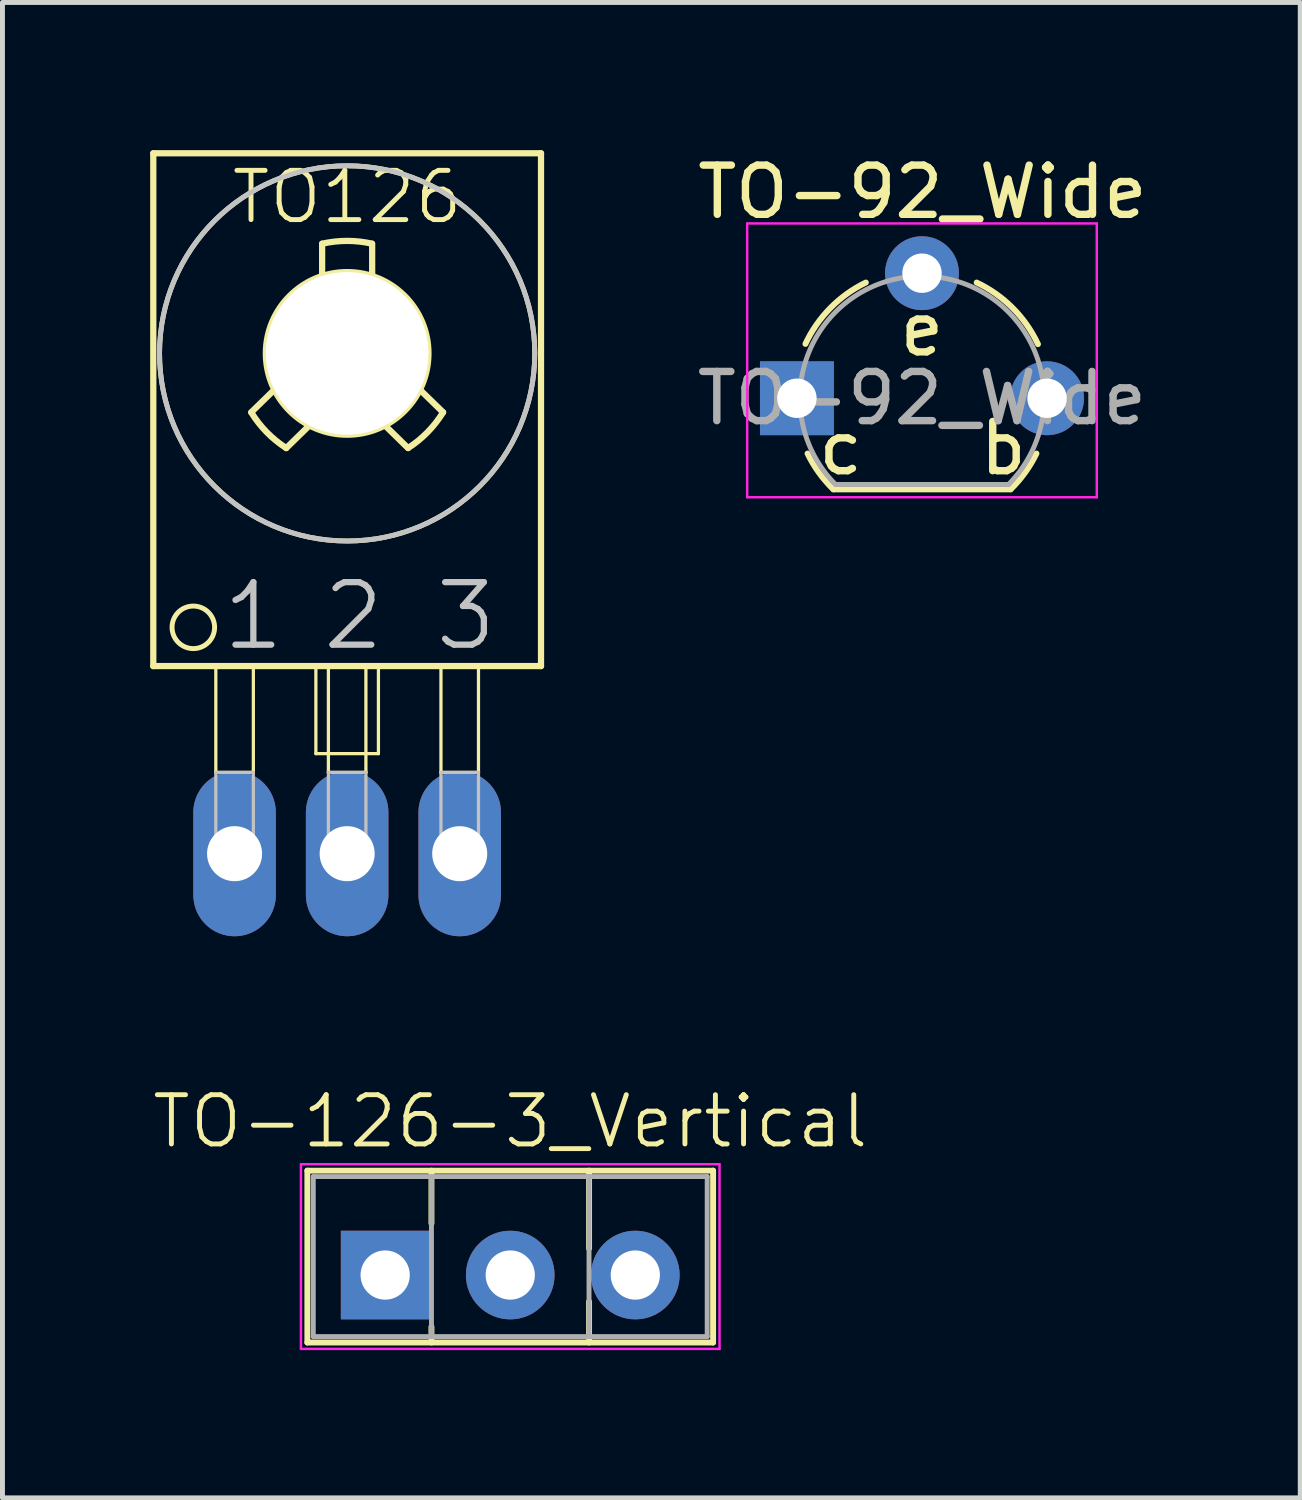
<source format=kicad_pcb>
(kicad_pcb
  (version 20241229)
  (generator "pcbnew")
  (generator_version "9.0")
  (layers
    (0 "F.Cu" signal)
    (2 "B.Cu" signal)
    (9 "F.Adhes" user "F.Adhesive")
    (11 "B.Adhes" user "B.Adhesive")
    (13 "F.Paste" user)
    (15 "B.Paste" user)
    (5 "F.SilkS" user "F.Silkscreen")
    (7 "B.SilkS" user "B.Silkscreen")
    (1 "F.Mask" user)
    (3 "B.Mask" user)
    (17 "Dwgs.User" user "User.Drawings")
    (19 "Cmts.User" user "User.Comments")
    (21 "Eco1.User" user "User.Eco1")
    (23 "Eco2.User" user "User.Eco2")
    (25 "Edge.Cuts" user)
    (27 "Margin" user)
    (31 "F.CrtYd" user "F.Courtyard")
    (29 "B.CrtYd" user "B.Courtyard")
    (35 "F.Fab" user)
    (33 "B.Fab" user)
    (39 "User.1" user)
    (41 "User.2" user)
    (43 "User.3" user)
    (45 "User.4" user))
  (footprint "TO-126-3_Vertical"
    (layer "F.Cu")
    (at 4.772 22.844)
    (property "Reference" "TO-126-3_Vertical" (at 2.54 -3.12 0) (layer "F.SilkS") (effects (font (size 1 1) (thickness 0.1))))
    (attr through_hole)
    (fp_line (start -1.58 -2.12) (end -1.58 1.37) (stroke (width 0.12) (type solid)) (layer "F.SilkS"))
    (fp_line (start -1.58 -2.12) (end 6.66 -2.12) (stroke (width 0.12) (type solid)) (layer "F.SilkS"))
    (fp_line (start -1.58 1.37) (end 6.66 1.37) (stroke (width 0.12) (type solid)) (layer "F.SilkS"))
    (fp_line (start 0.94 -2.12) (end 0.94 -1.05) (stroke (width 0.12) (type solid)) (layer "F.SilkS"))
    (fp_line (start 0.94 1.05) (end 0.94 1.37) (stroke (width 0.12) (type solid)) (layer "F.SilkS"))
    (fp_line (start 4.141 -2.12) (end 4.141 -0.54) (stroke (width 0.12) (type solid)) (layer "F.SilkS"))
    (fp_line (start 4.141 0.54) (end 4.141 1.37) (stroke (width 0.12) (type solid)) (layer "F.SilkS"))
    (fp_line (start 6.66 -2.12) (end 6.66 1.37) (stroke (width 0.12) (type solid)) (layer "F.SilkS"))
    (fp_line (start -1.71 -2.25) (end -1.71 1.5) (stroke (width 0.05) (type solid)) (layer "F.CrtYd"))
    (fp_line (start -1.71 1.5) (end 6.79 1.5) (stroke (width 0.05) (type solid)) (layer "F.CrtYd"))
    (fp_line (start 6.79 -2.25) (end -1.71 -2.25) (stroke (width 0.05) (type solid)) (layer "F.CrtYd"))
    (fp_line (start 6.79 1.5) (end 6.79 -2.25) (stroke (width 0.05) (type solid)) (layer "F.CrtYd"))
    (fp_line (start -1.46 -2) (end -1.46 1.25) (stroke (width 0.1) (type solid)) (layer "F.Fab"))
    (fp_line (start -1.46 1.25) (end 6.54 1.25) (stroke (width 0.1) (type solid)) (layer "F.Fab"))
    (fp_line (start 0.94 -2) (end 0.94 1.25) (stroke (width 0.1) (type solid)) (layer "F.Fab"))
    (fp_line (start 4.14 -2) (end 4.14 1.25) (stroke (width 0.1) (type solid)) (layer "F.Fab"))
    (fp_line (start 6.54 -2) (end -1.46 -2) (stroke (width 0.1) (type solid)) (layer "F.Fab"))
    (fp_line (start 6.54 1.25) (end 6.54 -2) (stroke (width 0.1) (type solid)) (layer "F.Fab"))
    (pad "1" thru_hole rect (at 0 0) (size 1.8 1.8) (drill 1) (layers "*.Cu" "*.Mask"))
    (pad "2" thru_hole oval (at 2.54 0) (size 1.8 1.8) (drill 1) (layers "*.Cu" "*.Mask"))
    (pad "3" thru_hole oval (at 5.08 0) (size 1.8 1.8) (drill 1) (layers "*.Cu" "*.Mask")))
  (footprint "TO126"
    (layer "F.Cu")
    (at 4 9.207)
    (property "Reference" "TO126" (at 0 -8.255 0) (layer "F.SilkS") (effects (font (size 1 1) (thickness 0.1))))
    (attr exclude_from_pos_files exclude_from_bom)
    (fp_line (start -3.937 -9.144) (end 3.937 -9.144) (stroke (width 0.127) (type solid)) (layer "F.SilkS"))
    (fp_line (start -3.937 1.27) (end -3.937 -9.144) (stroke (width 0.127) (type solid)) (layer "F.SilkS"))
    (fp_line (start -3.937 1.27) (end 3.937 1.27) (stroke (width 0.127) (type solid)) (layer "F.SilkS"))
    (fp_line (start -2.667 1.27) (end -1.905 1.27) (stroke (width 0.066) (type solid)) (layer "F.SilkS"))
    (fp_line (start -2.667 3.429) (end -2.667 1.27) (stroke (width 0.066) (type solid)) (layer "F.SilkS"))
    (fp_line (start -2.667 3.429) (end -1.905 3.429) (stroke (width 0.066) (type solid)) (layer "F.SilkS"))
    (fp_line (start -1.905 3.429) (end -1.905 1.27) (stroke (width 0.066) (type solid)) (layer "F.SilkS"))
    (fp_line (start -1.478 -4.343) (end -1.948 -3.884) (stroke (width 0.127) (type solid)) (layer "F.SilkS"))
    (fp_line (start -0.767 -3.617) (end -1.237 -3.157) (stroke (width 0.127) (type solid)) (layer "F.SilkS"))
    (fp_line (start -0.635 1.27) (end 0.635 1.27) (stroke (width 0.066) (type solid)) (layer "F.SilkS"))
    (fp_line (start -0.635 3.048) (end -0.635 1.27) (stroke (width 0.066) (type solid)) (layer "F.SilkS"))
    (fp_line (start -0.635 3.048) (end 0.635 3.048) (stroke (width 0.066) (type solid)) (layer "F.SilkS"))
    (fp_line (start -0.508 -6.65) (end -0.508 -7.308) (stroke (width 0.127) (type solid)) (layer "F.SilkS"))
    (fp_line (start -0.381 1.27) (end 0.381 1.27) (stroke (width 0.066) (type solid)) (layer "F.SilkS"))
    (fp_line (start -0.381 3.429) (end -0.381 1.27) (stroke (width 0.066) (type solid)) (layer "F.SilkS"))
    (fp_line (start -0.381 3.429) (end 0.381 3.429) (stroke (width 0.066) (type solid)) (layer "F.SilkS"))
    (fp_line (start 0.381 3.429) (end 0.381 1.27) (stroke (width 0.066) (type solid)) (layer "F.SilkS"))
    (fp_line (start 0.508 -6.65) (end 0.508 -7.308) (stroke (width 0.127) (type solid)) (layer "F.SilkS"))
    (fp_line (start 0.635 3.048) (end 0.635 1.27) (stroke (width 0.066) (type solid)) (layer "F.SilkS"))
    (fp_line (start 0.767 -3.617) (end 1.237 -3.157) (stroke (width 0.127) (type solid)) (layer "F.SilkS"))
    (fp_line (start 1.478 -4.343) (end 1.948 -3.884) (stroke (width 0.127) (type solid)) (layer "F.SilkS"))
    (fp_line (start 1.905 1.27) (end 2.667 1.27) (stroke (width 0.066) (type solid)) (layer "F.SilkS"))
    (fp_line (start 1.905 3.429) (end 1.905 1.27) (stroke (width 0.066) (type solid)) (layer "F.SilkS"))
    (fp_line (start 1.905 3.429) (end 2.667 3.429) (stroke (width 0.066) (type solid)) (layer "F.SilkS"))
    (fp_line (start 2.667 3.429) (end 2.667 1.27) (stroke (width 0.066) (type solid)) (layer "F.SilkS"))
    (fp_line (start 3.937 -9.144) (end 3.937 1.27) (stroke (width 0.127) (type solid)) (layer "F.SilkS"))
    (fp_arc (start -1.23698 -3.15722) (mid -1.632229 -3.479053) (end -1.946355 -3.880456) (stroke (width 0.127) (type solid)) (layer "F.SilkS"))
    (fp_arc (start -0.508 -7.30758) (mid -0.001859 -7.36477) (end 0.504375 -7.308404) (stroke (width 0.127) (type solid)) (layer "F.SilkS"))
    (fp_arc (start 1.94818 -3.88366) (mid 1.634719 -3.481774) (end 1.240011 -3.159321) (stroke (width 0.127) (type solid)) (layer "F.SilkS"))
    (fp_circle (center -3.124 0.483) (end -3.124 0.051) (stroke (width 0.1) (type solid)) (fill no) (layer "F.SilkS"))
    (fp_circle (center 0 -5.08) (end 0 -8.89) (stroke (width 0.1) (type solid)) (fill no) (layer "F.SilkS"))
    (fp_circle (center 0 -5.08) (end 0 -6.731) (stroke (width 0.127) (type solid)) (fill no) (layer "F.SilkS"))
    (fp_line (start -2.667 3.429) (end -1.905 3.429) (stroke (width 0.066) (type solid)) (layer "Dwgs.User"))
    (fp_line (start -2.667 5.207) (end -2.667 3.429) (stroke (width 0.066) (type solid)) (layer "Dwgs.User"))
    (fp_line (start -2.667 5.207) (end -1.905 5.207) (stroke (width 0.066) (type solid)) (layer "Dwgs.User"))
    (fp_line (start -1.905 5.207) (end -1.905 3.429) (stroke (width 0.066) (type solid)) (layer "Dwgs.User"))
    (fp_line (start -0.381 3.429) (end 0.381 3.429) (stroke (width 0.066) (type solid)) (layer "Dwgs.User"))
    (fp_line (start -0.381 5.207) (end -0.381 3.429) (stroke (width 0.066) (type solid)) (layer "Dwgs.User"))
    (fp_line (start -0.381 5.207) (end 0.381 5.207) (stroke (width 0.066) (type solid)) (layer "Dwgs.User"))
    (fp_line (start 0.381 5.207) (end 0.381 3.429) (stroke (width 0.066) (type solid)) (layer "Dwgs.User"))
    (fp_line (start 1.905 3.429) (end 2.667 3.429) (stroke (width 0.066) (type solid)) (layer "Dwgs.User"))
    (fp_line (start 1.905 5.207) (end 1.905 3.429) (stroke (width 0.066) (type solid)) (layer "Dwgs.User"))
    (fp_line (start 1.905 5.207) (end 2.667 5.207) (stroke (width 0.066) (type solid)) (layer "Dwgs.User"))
    (fp_line (start 2.667 5.207) (end 2.667 3.429) (stroke (width 0.066) (type solid)) (layer "Dwgs.User"))
    (fp_circle (center 0 -5.08) (end 0 -8.89) (stroke (width 0.1) (type solid)) (fill no) (layer "Dwgs.User"))
    (fp_text user "1" (at -1.905 0.254 0) (layer "Dwgs.User") (effects (font (size 1.27 1.27) (thickness 0.127))))
    (fp_text user "2" (at 0.127 0.254 0) (layer "Dwgs.User") (effects (font (size 1.27 1.27) (thickness 0.127))))
    (fp_text user "3" (at 2.413 0.254 0) (layer "Dwgs.User") (effects (font (size 1.27 1.27) (thickness 0.127))))
    (pad "" np_thru_hole circle (at 0 -5.08) (size 3.302 3.302) (drill 3.302) (layers "*.Cu" "*.Mask"))
    (pad "1" thru_hole oval (at -2.286 5.08 180) (size 1.676 3.353) (drill 1.118) (layers "*.Cu" "*.Paste" "*.Mask"))
    (pad "2" thru_hole oval (at 0 5.08 180) (size 1.676 3.353) (drill 1.118) (layers "*.Cu" "*.Paste" "*.Mask"))
    (pad "3" thru_hole oval (at 2.286 5.08 180) (size 1.676 3.353) (drill 1.118) (layers "*.Cu" "*.Paste" "*.Mask")))
  (footprint "TO-92_Wide"
    (layer "F.Cu")
    (at 13.134 5.038)
    (property "Reference" "TO-92_Wide" (at 2.55 -4.19 0) (layer "F.SilkS") (effects (font (size 1 1) (thickness 0.15))))
    (attr through_hole)
    (fp_line (start 0.74 1.85) (end 4.34 1.85) (stroke (width 0.12) (type solid)) (layer "F.SilkS"))
    (fp_arc (start 0.172801 -1.103842) (mid 0.678995 -1.832692) (end 1.4 -2.35) (stroke (width 0.12) (type solid)) (layer "F.SilkS"))
    (fp_arc (start 0.74 1.85) (mid 0.446097 1.509328) (end 0.215816 1.122795) (stroke (width 0.12) (type solid)) (layer "F.SilkS"))
    (fp_arc (start 3.65 -2.35) (mid 4.382279 -1.833196) (end 4.895458 -1.098371) (stroke (width 0.12) (type solid)) (layer "F.SilkS"))
    (fp_arc (start 4.864184 1.122795) (mid 4.633903 1.509328) (end 4.34 1.85) (stroke (width 0.12) (type solid)) (layer "F.SilkS"))
    (fp_line (start -1.01 -3.55) (end -1.01 2.01) (stroke (width 0.05) (type solid)) (layer "F.CrtYd"))
    (fp_line (start -1.01 -3.55) (end 6.09 -3.55) (stroke (width 0.05) (type solid)) (layer "F.CrtYd"))
    (fp_line (start 6.09 2.01) (end -1.01 2.01) (stroke (width 0.05) (type solid)) (layer "F.CrtYd"))
    (fp_line (start 6.09 2.01) (end 6.09 -3.55) (stroke (width 0.05) (type solid)) (layer "F.CrtYd"))
    (fp_line (start 0.8 1.75) (end 4.3 1.75) (stroke (width 0.1) (type solid)) (layer "F.Fab"))
    (fp_arc (start 0.786375 1.753625) (mid 0.248779 -0.949055) (end 2.54 -2.48) (stroke (width 0.1) (type solid)) (layer "F.Fab"))
    (fp_arc (start 2.54 -2.48) (mid 4.831221 -0.949055) (end 4.293625 1.753625) (stroke (width 0.1) (type solid)) (layer "F.Fab"))
    (fp_text user "b" (at 4.191 1.016 0) (layer "F.SilkS") (effects (font (size 1 1) (thickness 0.15))))
    (fp_text user "e" (at 2.54 -1.397 0) (layer "F.SilkS") (effects (font (size 1 1) (thickness 0.15))))
    (fp_text user "c" (at 0.889 1.016 0) (layer "F.SilkS") (effects (font (size 1 1) (thickness 0.15))))
    (fp_text user "${REFERENCE}" (at 2.54 0 0) (layer "F.Fab") (effects (font (size 1 1) (thickness 0.15))))
    (pad "1" thru_hole rect (at 0 0) (size 1.5 1.5) (drill 0.8) (layers "*.Cu" "*.Mask"))
    (pad "2" thru_hole circle (at 2.54 -2.54) (size 1.5 1.5) (drill 0.8) (layers "*.Cu" "*.Mask"))
    (pad "3" thru_hole circle (at 5.08 0) (size 1.5 1.5) (drill 0.8) (layers "*.Cu" "*.Mask")))
  (gr_rect
    (start -3 -3)
    (end 23.356 27.369)
    (stroke (width 0.1) (type default))
    (fill no)
    (layer "Edge.Cuts")))
</source>
